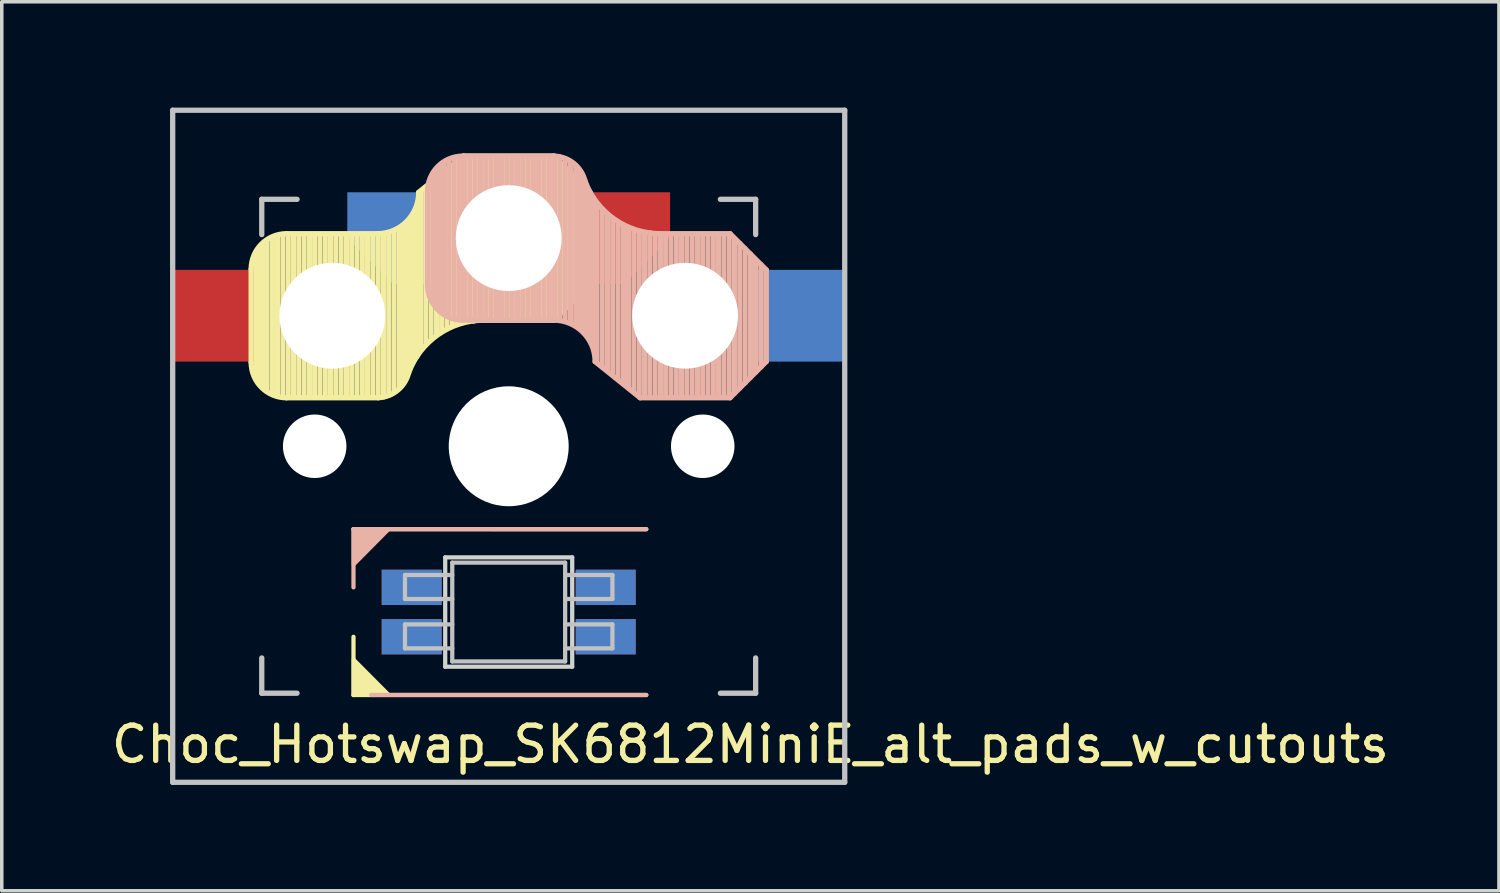
<source format=kicad_pcb>
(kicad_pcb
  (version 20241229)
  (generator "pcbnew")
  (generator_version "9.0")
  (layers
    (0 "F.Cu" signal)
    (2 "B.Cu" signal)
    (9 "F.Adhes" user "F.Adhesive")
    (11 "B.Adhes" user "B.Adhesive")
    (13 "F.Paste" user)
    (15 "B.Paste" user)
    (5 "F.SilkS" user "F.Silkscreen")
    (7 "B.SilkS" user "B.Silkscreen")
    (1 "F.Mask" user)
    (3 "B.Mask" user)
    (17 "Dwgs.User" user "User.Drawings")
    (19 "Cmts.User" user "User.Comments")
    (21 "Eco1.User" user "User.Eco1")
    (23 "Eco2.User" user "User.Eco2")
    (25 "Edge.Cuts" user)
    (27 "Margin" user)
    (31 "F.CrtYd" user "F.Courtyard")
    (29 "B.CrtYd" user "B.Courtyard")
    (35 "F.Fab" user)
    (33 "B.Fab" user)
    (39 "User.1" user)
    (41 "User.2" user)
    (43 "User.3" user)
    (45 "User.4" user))
  (footprint "Choc_Hotswap_SK6812MiniE_alt_pads_w_cutouts"
    (layer "F.Cu")
    (at 11.37 9.6)
    (property "Reference" "Choc_Hotswap_SK6812MiniE_alt_pads_w_cutouts" (at 6.85 8.45 180) (layer "F.SilkS") (effects (font (size 1 1) (thickness 0.15))))
    (attr smd)
    (fp_line (start -7.3 -5.025) (end -7.3 -2.375) (stroke (width 0.15) (type solid)) (layer "F.SilkS"))
    (fp_line (start -7.15 -1.95) (end -7.15 -5.5) (stroke (width 0.15) (type solid)) (layer "F.SilkS"))
    (fp_line (start -7.05 -1.8) (end -7.05 -5.55) (stroke (width 0.15) (type solid)) (layer "F.SilkS"))
    (fp_line (start -6.95 -1.7) (end -6.95 -5.65) (stroke (width 0.15) (type solid)) (layer "F.SilkS"))
    (fp_line (start -6.85 -1.6) (end -6.85 -5.8) (stroke (width 0.15) (type solid)) (layer "F.SilkS"))
    (fp_line (start -6.7 -1.5) (end -6.7 -5.9) (stroke (width 0.15) (type solid)) (layer "F.SilkS"))
    (fp_line (start -6.55 -1.45) (end -6.55 -5.95) (stroke (width 0.15) (type solid)) (layer "F.SilkS"))
    (fp_line (start -6.4 -1.4) (end -6.4 -5.95) (stroke (width 0.15) (type solid)) (layer "F.SilkS"))
    (fp_line (start -6.3 -6.025) (end -3.725 -6.025) (stroke (width 0.15) (type solid)) (layer "F.SilkS"))
    (fp_line (start -6.3 -1.375) (end -3.7 -1.375) (stroke (width 0.15) (type solid)) (layer "F.SilkS"))
    (fp_line (start -6.25 -1.4) (end -6.25 -6) (stroke (width 0.15) (type solid)) (layer "F.SilkS"))
    (fp_line (start -6.1 -1.4) (end -6.1 -6) (stroke (width 0.15) (type solid)) (layer "F.SilkS"))
    (fp_line (start -5.95 -1.4) (end -5.95 -6) (stroke (width 0.15) (type solid)) (layer "F.SilkS"))
    (fp_line (start -5.8 -1.4) (end -5.8 -6) (stroke (width 0.15) (type solid)) (layer "F.SilkS"))
    (fp_line (start -5.65 -1.4) (end -5.65 -6) (stroke (width 0.15) (type solid)) (layer "F.SilkS"))
    (fp_line (start -5.5 -1.4) (end -5.5 -6) (stroke (width 0.15) (type solid)) (layer "F.SilkS"))
    (fp_line (start -5.35 -1.4) (end -5.35 -6) (stroke (width 0.15) (type solid)) (layer "F.SilkS"))
    (fp_line (start -5.2 -1.4) (end -5.2 -6) (stroke (width 0.15) (type solid)) (layer "F.SilkS"))
    (fp_line (start -5.05 -1.4) (end -5.05 -6) (stroke (width 0.15) (type solid)) (layer "F.SilkS"))
    (fp_line (start -4.9 -1.4) (end -4.9 -6) (stroke (width 0.15) (type solid)) (layer "F.SilkS"))
    (fp_line (start -4.75 -1.4) (end -4.75 -6) (stroke (width 0.15) (type solid)) (layer "F.SilkS"))
    (fp_line (start -4.6 -1.4) (end -4.6 -6) (stroke (width 0.15) (type solid)) (layer "F.SilkS"))
    (fp_line (start -4.45 -1.4) (end -4.45 -6) (stroke (width 0.15) (type solid)) (layer "F.SilkS"))
    (fp_line (start -4.4 2.349) (end 3.9 2.352) (stroke (width 0.12) (type solid)) (layer "F.SilkS"))
    (fp_line (start -4.4 7.052) (end -4.4 5.401) (stroke (width 0.12) (type solid)) (layer "F.SilkS"))
    (fp_line (start -4.3 -1.4) (end -4.3 -6) (stroke (width 0.15) (type solid)) (layer "F.SilkS"))
    (fp_line (start -4.15 -1.4) (end -4.15 -6) (stroke (width 0.15) (type solid)) (layer "F.SilkS"))
    (fp_line (start -4 -1.4) (end -4 -6) (stroke (width 0.15) (type solid)) (layer "F.SilkS"))
    (fp_line (start -3.85 -1.4) (end -3.85 -5.95) (stroke (width 0.15) (type solid)) (layer "F.SilkS"))
    (fp_line (start -3.7 -1.4) (end -3.7 -6) (stroke (width 0.15) (type solid)) (layer "F.SilkS"))
    (fp_line (start -3.55 -1.4) (end -3.55 -6) (stroke (width 0.15) (type solid)) (layer "F.SilkS"))
    (fp_line (start -3.4 -1.45) (end -3.4 -6) (stroke (width 0.15) (type solid)) (layer "F.SilkS"))
    (fp_line (start -3.25 -1.55) (end -3.25 -6.1) (stroke (width 0.15) (type solid)) (layer "F.SilkS"))
    (fp_line (start -3.1 -1.65) (end -3.1 -6.15) (stroke (width 0.15) (type solid)) (layer "F.SilkS"))
    (fp_line (start -3 -1.8) (end -3 -6.2) (stroke (width 0.15) (type solid)) (layer "F.SilkS"))
    (fp_line (start -2.9 -2.05) (end -2.9 -6.25) (stroke (width 0.15) (type solid)) (layer "F.SilkS"))
    (fp_line (start -2.8 -2.2) (end -2.8 -6.35) (stroke (width 0.15) (type solid)) (layer "F.SilkS"))
    (fp_line (start -2.7 -2.4) (end -2.7 -6.55) (stroke (width 0.15) (type solid)) (layer "F.SilkS"))
    (fp_line (start -2.6 -2.55) (end -2.6 -6.7) (stroke (width 0.15) (type solid)) (layer "F.SilkS"))
    (fp_line (start -2.5 -2.75) (end -2.5 -7.2) (stroke (width 0.15) (type solid)) (layer "F.SilkS"))
    (fp_line (start -2.35 -2.9) (end -2.35 -7.35) (stroke (width 0.15) (type solid)) (layer "F.SilkS"))
    (fp_line (start -2.2 -3.05) (end -2.2 -7.45) (stroke (width 0.15) (type solid)) (layer "F.SilkS"))
    (fp_line (start -2.05 -3.15) (end -2.05 -7.55) (stroke (width 0.15) (type solid)) (layer "F.SilkS"))
    (fp_line (start -1.9 -3.25) (end -1.9 -7.7) (stroke (width 0.15) (type solid)) (layer "F.SilkS"))
    (fp_line (start -1.75 -3.35) (end -1.75 -7.8) (stroke (width 0.15) (type solid)) (layer "F.SilkS"))
    (fp_line (start -1.6 -3.4) (end -1.6 -7.95) (stroke (width 0.15) (type solid)) (layer "F.SilkS"))
    (fp_line (start -1.45 -3.5) (end -1.45 -8.05) (stroke (width 0.15) (type solid)) (layer "F.SilkS"))
    (fp_line (start -1.3 -3.55) (end -1.3 -8.15) (stroke (width 0.15) (type solid)) (layer "F.SilkS"))
    (fp_line (start -1.275 -8.225) (end -2.55 -7.2) (stroke (width 0.15) (type solid)) (layer "F.SilkS"))
    (fp_line (start -1.275 -8.225) (end 1.275 -8.225) (stroke (width 0.15) (type solid)) (layer "F.SilkS"))
    (fp_line (start -1.15 -3.55) (end -1.15 -8.2) (stroke (width 0.15) (type solid)) (layer "F.SilkS"))
    (fp_line (start -1 -3.55) (end -1 -8.2) (stroke (width 0.15) (type solid)) (layer "F.SilkS"))
    (fp_line (start -0.85 -3.6) (end -0.85 -8.15) (stroke (width 0.15) (type solid)) (layer "F.SilkS"))
    (fp_line (start -0.7 -3.6) (end -0.7 -8.2) (stroke (width 0.15) (type solid)) (layer "F.SilkS"))
    (fp_line (start -0.7 -3.575) (end 1.275 -3.575) (stroke (width 0.15) (type solid)) (layer "F.SilkS"))
    (fp_line (start -0.55 -3.6) (end -0.55 -8.2) (stroke (width 0.15) (type solid)) (layer "F.SilkS"))
    (fp_line (start -0.4 -3.6) (end -0.4 -8.2) (stroke (width 0.15) (type solid)) (layer "F.SilkS"))
    (fp_line (start -0.25 -3.6) (end -0.25 -8.2) (stroke (width 0.15) (type solid)) (layer "F.SilkS"))
    (fp_line (start -0.1 -3.6) (end -0.1 -8.2) (stroke (width 0.15) (type solid)) (layer "F.SilkS"))
    (fp_line (start 0.05 -3.6) (end 0.05 -8.2) (stroke (width 0.15) (type solid)) (layer "F.SilkS"))
    (fp_line (start 0.2 -3.6) (end 0.2 -8.2) (stroke (width 0.15) (type solid)) (layer "F.SilkS"))
    (fp_line (start 0.35 -3.6) (end 0.35 -8.2) (stroke (width 0.15) (type solid)) (layer "F.SilkS"))
    (fp_line (start 0.5 -3.6) (end 0.5 -8.2) (stroke (width 0.15) (type solid)) (layer "F.SilkS"))
    (fp_line (start 0.65 -3.6) (end 0.65 -8.2) (stroke (width 0.15) (type solid)) (layer "F.SilkS"))
    (fp_line (start 0.8 -3.6) (end 0.8 -8.2) (stroke (width 0.15) (type solid)) (layer "F.SilkS"))
    (fp_line (start 0.95 -3.6) (end 0.95 -8.2) (stroke (width 0.15) (type solid)) (layer "F.SilkS"))
    (fp_line (start 1.1 -3.6) (end 1.1 -8.2) (stroke (width 0.15) (type solid)) (layer "F.SilkS"))
    (fp_line (start 1.25 -3.6) (end 1.25 -8.2) (stroke (width 0.15) (type solid)) (layer "F.SilkS"))
    (fp_line (start 1.4 -3.75) (end 1.4 -8.1) (stroke (width 0.15) (type solid)) (layer "F.SilkS"))
    (fp_line (start 1.55 -3.85) (end 1.55 -7.95) (stroke (width 0.15) (type solid)) (layer "F.SilkS"))
    (fp_line (start 1.7 -4) (end 1.7 -7.8) (stroke (width 0.15) (type solid)) (layer "F.SilkS"))
    (fp_line (start 1.85 -4.15) (end 1.85 -7.65) (stroke (width 0.15) (type solid)) (layer "F.SilkS"))
    (fp_line (start 2 -4.35) (end 2 -7.5) (stroke (width 0.15) (type solid)) (layer "F.SilkS"))
    (fp_line (start 2.15 -4.45) (end 2.15 -7.35) (stroke (width 0.15) (type solid)) (layer "F.SilkS"))
    (fp_line (start 2.3 -7.2) (end 1.275 -8.225) (stroke (width 0.15) (type solid)) (layer "F.SilkS"))
    (fp_line (start 2.3 -7.2) (end 2.3 -4.6) (stroke (width 0.15) (type solid)) (layer "F.SilkS"))
    (fp_line (start 2.3 -4.6) (end 1.275 -3.575) (stroke (width 0.15) (type solid)) (layer "F.SilkS"))
    (fp_line (start 3.9 7.052) (end -4.4 7.052) (stroke (width 0.12) (type solid)) (layer "F.SilkS"))
    (fp_arc (start -7.3 -5.025) (mid -7.007107 -5.732107) (end -6.3 -6.025) (stroke (width 0.15) (type solid)) (layer "F.SilkS"))
    (fp_arc (start -6.3 -1.375) (mid -7.007107 -1.667893) (end -7.3 -2.375) (stroke (width 0.15) (type solid)) (layer "F.SilkS"))
    (fp_arc (start -2.837801 -2.078096) (mid -3.151716 -1.583979) (end -3.699005 -1.376209) (stroke (width 0.15) (type solid)) (layer "F.SilkS"))
    (fp_arc (start -2.837801 -2.078096) (mid -2.004887 -3.163571) (end -0.7 -3.575) (stroke (width 0.15) (type solid)) (layer "F.SilkS"))
    (fp_arc (start -2.55 -7.2) (mid -2.89415 -6.36915) (end -3.725 -6.025) (stroke (width 0.15) (type solid)) (layer "F.SilkS"))
    (fp_poly (pts (xy -3.392 7.049) (xy -4.4 7.052) (xy -4.4 6.036)) (stroke (width 0.1) (type solid)) (fill yes) (layer "F.SilkS"))
    (fp_line (start -4.4 2.349) (end -4.4 4) (stroke (width 0.12) (type solid)) (layer "B.SilkS"))
    (fp_line (start -3.9 7.049) (end 3.9 7.049) (stroke (width 0.12) (type solid)) (layer "B.SilkS"))
    (fp_line (start -2.3 -4.575) (end -2.3 -7.225) (stroke (width 0.15) (type solid)) (layer "B.SilkS"))
    (fp_line (start -2.15 -7.65) (end -2.15 -4.1) (stroke (width 0.15) (type solid)) (layer "B.SilkS"))
    (fp_line (start -2.05 -7.8) (end -2.05 -4.05) (stroke (width 0.15) (type solid)) (layer "B.SilkS"))
    (fp_line (start -1.95 -7.9) (end -1.95 -3.95) (stroke (width 0.15) (type solid)) (layer "B.SilkS"))
    (fp_line (start -1.85 -8) (end -1.85 -3.8) (stroke (width 0.15) (type solid)) (layer "B.SilkS"))
    (fp_line (start -1.7 -8.1) (end -1.7 -3.7) (stroke (width 0.15) (type solid)) (layer "B.SilkS"))
    (fp_line (start -1.55 -8.15) (end -1.55 -3.65) (stroke (width 0.15) (type solid)) (layer "B.SilkS"))
    (fp_line (start -1.4 -8.2) (end -1.4 -3.65) (stroke (width 0.15) (type solid)) (layer "B.SilkS"))
    (fp_line (start -1.3 -8.225) (end 1.3 -8.225) (stroke (width 0.15) (type solid)) (layer "B.SilkS"))
    (fp_line (start -1.3 -3.575) (end 1.275 -3.575) (stroke (width 0.15) (type solid)) (layer "B.SilkS"))
    (fp_line (start -1.25 -8.2) (end -1.25 -3.6) (stroke (width 0.15) (type solid)) (layer "B.SilkS"))
    (fp_line (start -1.1 -8.2) (end -1.1 -3.6) (stroke (width 0.15) (type solid)) (layer "B.SilkS"))
    (fp_line (start -0.95 -8.2) (end -0.95 -3.6) (stroke (width 0.15) (type solid)) (layer "B.SilkS"))
    (fp_line (start -0.8 -8.2) (end -0.8 -3.6) (stroke (width 0.15) (type solid)) (layer "B.SilkS"))
    (fp_line (start -0.65 -8.2) (end -0.65 -3.6) (stroke (width 0.15) (type solid)) (layer "B.SilkS"))
    (fp_line (start -0.5 -8.2) (end -0.5 -3.6) (stroke (width 0.15) (type solid)) (layer "B.SilkS"))
    (fp_line (start -0.35 -8.2) (end -0.35 -3.6) (stroke (width 0.15) (type solid)) (layer "B.SilkS"))
    (fp_line (start -0.2 -8.2) (end -0.2 -3.6) (stroke (width 0.15) (type solid)) (layer "B.SilkS"))
    (fp_line (start -0.05 -8.2) (end -0.05 -3.6) (stroke (width 0.15) (type solid)) (layer "B.SilkS"))
    (fp_line (start 0.1 -8.2) (end 0.1 -3.6) (stroke (width 0.15) (type solid)) (layer "B.SilkS"))
    (fp_line (start 0.25 -8.2) (end 0.25 -3.6) (stroke (width 0.15) (type solid)) (layer "B.SilkS"))
    (fp_line (start 0.4 -8.2) (end 0.4 -3.6) (stroke (width 0.15) (type solid)) (layer "B.SilkS"))
    (fp_line (start 0.55 -8.2) (end 0.55 -3.6) (stroke (width 0.15) (type solid)) (layer "B.SilkS"))
    (fp_line (start 0.7 -8.2) (end 0.7 -3.6) (stroke (width 0.15) (type solid)) (layer "B.SilkS"))
    (fp_line (start 0.85 -8.2) (end 0.85 -3.6) (stroke (width 0.15) (type solid)) (layer "B.SilkS"))
    (fp_line (start 1 -8.2) (end 1 -3.6) (stroke (width 0.15) (type solid)) (layer "B.SilkS"))
    (fp_line (start 1.15 -8.2) (end 1.15 -3.65) (stroke (width 0.15) (type solid)) (layer "B.SilkS"))
    (fp_line (start 1.3 -8.2) (end 1.3 -3.6) (stroke (width 0.15) (type solid)) (layer "B.SilkS"))
    (fp_line (start 1.45 -8.2) (end 1.45 -3.6) (stroke (width 0.15) (type solid)) (layer "B.SilkS"))
    (fp_line (start 1.6 -8.15) (end 1.6 -3.6) (stroke (width 0.15) (type solid)) (layer "B.SilkS"))
    (fp_line (start 1.75 -8.05) (end 1.75 -3.5) (stroke (width 0.15) (type solid)) (layer "B.SilkS"))
    (fp_line (start 1.9 -7.95) (end 1.9 -3.45) (stroke (width 0.15) (type solid)) (layer "B.SilkS"))
    (fp_line (start 2 -7.8) (end 2 -3.4) (stroke (width 0.15) (type solid)) (layer "B.SilkS"))
    (fp_line (start 2.1 -7.55) (end 2.1 -3.35) (stroke (width 0.15) (type solid)) (layer "B.SilkS"))
    (fp_line (start 2.2 -7.4) (end 2.2 -3.25) (stroke (width 0.15) (type solid)) (layer "B.SilkS"))
    (fp_line (start 2.3 -7.2) (end 2.3 -3.05) (stroke (width 0.15) (type solid)) (layer "B.SilkS"))
    (fp_line (start 2.4 -7.05) (end 2.4 -2.9) (stroke (width 0.15) (type solid)) (layer "B.SilkS"))
    (fp_line (start 2.5 -6.85) (end 2.5 -2.4) (stroke (width 0.15) (type solid)) (layer "B.SilkS"))
    (fp_line (start 2.65 -6.7) (end 2.65 -2.25) (stroke (width 0.15) (type solid)) (layer "B.SilkS"))
    (fp_line (start 2.8 -6.55) (end 2.8 -2.15) (stroke (width 0.15) (type solid)) (layer "B.SilkS"))
    (fp_line (start 2.95 -6.45) (end 2.95 -2.05) (stroke (width 0.15) (type solid)) (layer "B.SilkS"))
    (fp_line (start 3.1 -6.35) (end 3.1 -1.9) (stroke (width 0.15) (type solid)) (layer "B.SilkS"))
    (fp_line (start 3.25 -6.25) (end 3.25 -1.8) (stroke (width 0.15) (type solid)) (layer "B.SilkS"))
    (fp_line (start 3.4 -6.2) (end 3.4 -1.65) (stroke (width 0.15) (type solid)) (layer "B.SilkS"))
    (fp_line (start 3.55 -6.1) (end 3.55 -1.55) (stroke (width 0.15) (type solid)) (layer "B.SilkS"))
    (fp_line (start 3.7 -6.05) (end 3.7 -1.45) (stroke (width 0.15) (type solid)) (layer "B.SilkS"))
    (fp_line (start 3.725 -1.375) (end 2.45 -2.4) (stroke (width 0.15) (type solid)) (layer "B.SilkS"))
    (fp_line (start 3.725 -1.375) (end 6.275 -1.375) (stroke (width 0.15) (type solid)) (layer "B.SilkS"))
    (fp_line (start 3.85 -6.05) (end 3.85 -1.4) (stroke (width 0.15) (type solid)) (layer "B.SilkS"))
    (fp_line (start 3.9 2.349) (end -4.4 2.349) (stroke (width 0.12) (type solid)) (layer "B.SilkS"))
    (fp_line (start 4 -6.05) (end 4 -1.4) (stroke (width 0.15) (type solid)) (layer "B.SilkS"))
    (fp_line (start 4.15 -6) (end 4.15 -1.45) (stroke (width 0.15) (type solid)) (layer "B.SilkS"))
    (fp_line (start 4.3 -6.025) (end 6.275 -6.025) (stroke (width 0.15) (type solid)) (layer "B.SilkS"))
    (fp_line (start 4.3 -6) (end 4.3 -1.4) (stroke (width 0.15) (type solid)) (layer "B.SilkS"))
    (fp_line (start 4.45 -6) (end 4.45 -1.4) (stroke (width 0.15) (type solid)) (layer "B.SilkS"))
    (fp_line (start 4.6 -6) (end 4.6 -1.4) (stroke (width 0.15) (type solid)) (layer "B.SilkS"))
    (fp_line (start 4.75 -6) (end 4.75 -1.4) (stroke (width 0.15) (type solid)) (layer "B.SilkS"))
    (fp_line (start 4.9 -6) (end 4.9 -1.4) (stroke (width 0.15) (type solid)) (layer "B.SilkS"))
    (fp_line (start 5.05 -6) (end 5.05 -1.4) (stroke (width 0.15) (type solid)) (layer "B.SilkS"))
    (fp_line (start 5.2 -6) (end 5.2 -1.4) (stroke (width 0.15) (type solid)) (layer "B.SilkS"))
    (fp_line (start 5.35 -6) (end 5.35 -1.4) (stroke (width 0.15) (type solid)) (layer "B.SilkS"))
    (fp_line (start 5.5 -6) (end 5.5 -1.4) (stroke (width 0.15) (type solid)) (layer "B.SilkS"))
    (fp_line (start 5.65 -6) (end 5.65 -1.4) (stroke (width 0.15) (type solid)) (layer "B.SilkS"))
    (fp_line (start 5.8 -6) (end 5.8 -1.4) (stroke (width 0.15) (type solid)) (layer "B.SilkS"))
    (fp_line (start 5.95 -6) (end 5.95 -1.4) (stroke (width 0.15) (type solid)) (layer "B.SilkS"))
    (fp_line (start 6.1 -6) (end 6.1 -1.4) (stroke (width 0.15) (type solid)) (layer "B.SilkS"))
    (fp_line (start 6.25 -6) (end 6.25 -1.4) (stroke (width 0.15) (type solid)) (layer "B.SilkS"))
    (fp_line (start 6.4 -5.85) (end 6.4 -1.5) (stroke (width 0.15) (type solid)) (layer "B.SilkS"))
    (fp_line (start 6.55 -5.75) (end 6.55 -1.65) (stroke (width 0.15) (type solid)) (layer "B.SilkS"))
    (fp_line (start 6.7 -5.6) (end 6.7 -1.8) (stroke (width 0.15) (type solid)) (layer "B.SilkS"))
    (fp_line (start 6.85 -5.45) (end 6.85 -1.95) (stroke (width 0.15) (type solid)) (layer "B.SilkS"))
    (fp_line (start 7 -5.25) (end 7 -2.1) (stroke (width 0.15) (type solid)) (layer "B.SilkS"))
    (fp_line (start 7.15 -5.15) (end 7.15 -2.25) (stroke (width 0.15) (type solid)) (layer "B.SilkS"))
    (fp_line (start 7.3 -5) (end 6.275 -6.025) (stroke (width 0.15) (type solid)) (layer "B.SilkS"))
    (fp_line (start 7.3 -2.4) (end 6.275 -1.375) (stroke (width 0.15) (type solid)) (layer "B.SilkS"))
    (fp_line (start 7.3 -2.4) (end 7.3 -5) (stroke (width 0.15) (type solid)) (layer "B.SilkS"))
    (fp_arc (start -2.3 -7.225) (mid -2.007107 -7.932107) (end -1.3 -8.225) (stroke (width 0.15) (type solid)) (layer "B.SilkS"))
    (fp_arc (start -1.3 -3.575) (mid -2.007107 -3.867893) (end -2.3 -4.575) (stroke (width 0.15) (type solid)) (layer "B.SilkS"))
    (fp_arc (start 1.275 -3.575) (mid 2.10585 -3.23085) (end 2.45 -2.4) (stroke (width 0.15) (type solid)) (layer "B.SilkS"))
    (fp_arc (start 1.300995 -8.223791) (mid 1.848284 -8.016021) (end 2.162199 -7.521904) (stroke (width 0.15) (type solid)) (layer "B.SilkS"))
    (fp_arc (start 4.3 -6.025) (mid 2.995114 -6.436429) (end 2.162199 -7.521904) (stroke (width 0.15) (type solid)) (layer "B.SilkS"))
    (fp_poly (pts (xy -4.4 3.365) (xy -4.4 2.349) (xy -3.392 2.349)) (stroke (width 0.1) (type solid)) (fill yes) (layer "B.SilkS"))
    (fp_line (start -9.525 -9.525) (end 9.525 -9.525) (stroke (width 0.15) (type solid)) (layer "Dwgs.User"))
    (fp_line (start -9.525 9.525) (end -9.525 -9.525) (stroke (width 0.15) (type solid)) (layer "Dwgs.User"))
    (fp_line (start -7 -7) (end -7 -6) (stroke (width 0.15) (type solid)) (layer "Dwgs.User"))
    (fp_line (start -7 6) (end -7 7) (stroke (width 0.15) (type solid)) (layer "Dwgs.User"))
    (fp_line (start -7 7) (end -6 7) (stroke (width 0.15) (type solid)) (layer "Dwgs.User"))
    (fp_line (start -6 -7) (end -7 -7) (stroke (width 0.15) (type solid)) (layer "Dwgs.User"))
    (fp_line (start -2.94 3.649) (end -2.94 4.329) (stroke (width 0.12) (type solid)) (layer "Dwgs.User"))
    (fp_line (start -2.94 4.329) (end -1.6 4.329) (stroke (width 0.12) (type solid)) (layer "Dwgs.User"))
    (fp_line (start -2.94 5.049) (end -2.94 5.729) (stroke (width 0.12) (type solid)) (layer "Dwgs.User"))
    (fp_line (start -2.94 5.729) (end -1.6 5.729) (stroke (width 0.12) (type solid)) (layer "Dwgs.User"))
    (fp_line (start -1.6 3.299) (end -1.6 6.099) (stroke (width 0.12) (type solid)) (layer "Dwgs.User"))
    (fp_line (start -1.6 3.299) (end 1.6 3.299) (stroke (width 0.12) (type solid)) (layer "Dwgs.User"))
    (fp_line (start -1.6 3.649) (end -2.94 3.649) (stroke (width 0.12) (type solid)) (layer "Dwgs.User"))
    (fp_line (start -1.6 5.049) (end -2.94 5.049) (stroke (width 0.12) (type solid)) (layer "Dwgs.User"))
    (fp_line (start -1.6 6.099) (end 1.6 6.099) (stroke (width 0.12) (type solid)) (layer "Dwgs.User"))
    (fp_line (start 1.6 3.299) (end 1.6 6.099) (stroke (width 0.12) (type solid)) (layer "Dwgs.User"))
    (fp_line (start 1.6 4.329) (end 2.94 4.329) (stroke (width 0.12) (type solid)) (layer "Dwgs.User"))
    (fp_line (start 1.6 5.729) (end 2.94 5.729) (stroke (width 0.12) (type solid)) (layer "Dwgs.User"))
    (fp_line (start 2.94 3.649) (end 1.6 3.649) (stroke (width 0.12) (type solid)) (layer "Dwgs.User"))
    (fp_line (start 2.94 4.329) (end 2.94 3.649) (stroke (width 0.12) (type solid)) (layer "Dwgs.User"))
    (fp_line (start 2.94 5.049) (end 1.6 5.049) (stroke (width 0.12) (type solid)) (layer "Dwgs.User"))
    (fp_line (start 2.94 5.729) (end 2.94 5.049) (stroke (width 0.12) (type solid)) (layer "Dwgs.User"))
    (fp_line (start 6 -7) (end 7 -7) (stroke (width 0.15) (type solid)) (layer "Dwgs.User"))
    (fp_line (start 7 -7) (end 7 -6) (stroke (width 0.15) (type solid)) (layer "Dwgs.User"))
    (fp_line (start 7 6) (end 7 7) (stroke (width 0.15) (type solid)) (layer "Dwgs.User"))
    (fp_line (start 7 7) (end 6 7) (stroke (width 0.15) (type solid)) (layer "Dwgs.User"))
    (fp_line (start 9.525 -9.525) (end 9.525 9.525) (stroke (width 0.15) (type solid)) (layer "Dwgs.User"))
    (fp_line (start 9.525 9.525) (end -9.525 9.525) (stroke (width 0.15) (type solid)) (layer "Dwgs.User"))
    (fp_line (start -1.8 3.149) (end -1.8 6.249) (stroke (width 0.12) (type solid)) (layer "Edge.Cuts"))
    (fp_line (start -1.8 6.249) (end 1.8 6.249) (stroke (width 0.12) (type solid)) (layer "Edge.Cuts"))
    (fp_line (start 1.8 3.149) (end -1.8 3.149) (stroke (width 0.12) (type solid)) (layer "Edge.Cuts"))
    (fp_line (start 1.8 6.249) (end 1.8 3.149) (stroke (width 0.12) (type solid)) (layer "Edge.Cuts"))
    (fp_rect (start -6.9 -6.9) (end 6.9 6.9) (stroke (width 0.1) (type solid)) (fill no) (layer "User.3"))
    (fp_line (start -3.7 5.749) (end -3.7 3.649) (stroke (width 0.15) (type default)) (layer "User.5"))
    (fp_line (start -3.2 3.149) (end 3.2 3.149) (stroke (width 0.15) (type default)) (layer "User.5"))
    (fp_line (start 3.2 6.249) (end -3.2 6.249) (stroke (width 0.15) (type default)) (layer "User.5"))
    (fp_line (start 3.7 3.649) (end 3.7 5.749) (stroke (width 0.15) (type default)) (layer "User.5"))
    (fp_arc (start -3.7 3.649) (mid -3.553553 3.295447) (end -3.2 3.149) (stroke (width 0.15) (type default)) (layer "User.5"))
    (fp_arc (start -3.2 6.249) (mid -3.553553 6.102553) (end -3.7 5.749) (stroke (width 0.15) (type default)) (layer "User.5"))
    (fp_arc (start 3.2 3.149) (mid 3.553553 3.295447) (end 3.7 3.649) (stroke (width 0.15) (type default)) (layer "User.5"))
    (fp_arc (start 3.7 5.749) (mid 3.553553 6.102553) (end 3.2 6.249) (stroke (width 0.15) (type default)) (layer "User.5"))
    (fp_line (start -4.653 -7.264) (end -2.503 -8.464) (stroke (width 0.15) (type solid)) (layer "User.6"))
    (fp_line (start -4.653 -4.564) (end -4.653 -7.264) (stroke (width 0.15) (type solid)) (layer "User.6"))
    (fp_line (start -4.653 -4.564) (end -1.435 0.951) (stroke (width 0.15) (type solid)) (layer "User.6"))
    (fp_line (start 0.213 1.722) (end 5.662 0.929) (stroke (width 0.15) (type solid)) (layer "User.6"))
    (fp_line (start 2.797 -8.464) (end -2.503 -8.464) (stroke (width 0.15) (type solid)) (layer "User.6"))
    (fp_line (start 7.497 -6.464) (end 2.797 -8.464) (stroke (width 0.15) (type solid)) (layer "User.6"))
    (fp_line (start 9.597 -5.064) (end 7.497 -6.464) (stroke (width 0.15) (type solid)) (layer "User.6"))
    (fp_line (start 9.597 -5.064) (end 9.597 -2.364) (stroke (width 0.15) (type solid)) (layer "User.6"))
    (fp_line (start 9.597 -2.364) (end 6.12 0.73) (stroke (width 0.15) (type solid)) (layer "User.6"))
    (fp_arc (start 0.212533 1.722199) (mid -0.723311 1.575516) (end -1.435245 0.95064) (stroke (width 0.15) (type solid)) (layer "User.6"))
    (fp_arc (start 6.12 0.73) (mid 5.90512 0.861649) (end 5.662153 0.92852) (stroke (width 0.15) (type solid)) (layer "User.6"))
    (fp_line (start -9.597 -5.064) (end -9.597 -2.364) (stroke (width 0.15) (type solid)) (layer "User.7"))
    (fp_line (start -9.597 -5.064) (end -7.497 -6.464) (stroke (width 0.15) (type solid)) (layer "User.7"))
    (fp_line (start -9.597 -2.364) (end -6.12 0.73) (stroke (width 0.15) (type solid)) (layer "User.7"))
    (fp_line (start -7.497 -6.464) (end -2.797 -8.464) (stroke (width 0.15) (type solid)) (layer "User.7"))
    (fp_line (start -2.797 -8.464) (end 2.503 -8.464) (stroke (width 0.15) (type solid)) (layer "User.7"))
    (fp_line (start -0.213 1.722) (end -5.662 0.929) (stroke (width 0.15) (type solid)) (layer "User.7"))
    (fp_line (start 4.653 -7.264) (end 2.503 -8.464) (stroke (width 0.15) (type solid)) (layer "User.7"))
    (fp_line (start 4.653 -4.564) (end 1.435 0.951) (stroke (width 0.15) (type solid)) (layer "User.7"))
    (fp_line (start 4.653 -4.564) (end 4.653 -7.264) (stroke (width 0.15) (type solid)) (layer "User.7"))
    (fp_arc (start -5.662153 0.928636) (mid -5.90512 0.861765) (end -6.12 0.730116) (stroke (width 0.15) (type solid)) (layer "User.7"))
    (fp_arc (start 1.435245 0.950756) (mid 0.723311 1.575632) (end -0.212533 1.722315) (stroke (width 0.15) (type solid)) (layer "User.7"))
    (pad "" np_thru_hole circle (at -5.5 0 270) (size 1.8 1.8) (drill 1.8) (layers "*.Cu" "*.Mask"))
    (pad "" np_thru_hole circle (at -5 -3.7 90) (size 3 3) (drill 3) (layers "*.Cu" "*.Mask"))
    (pad "" np_thru_hole circle (at 0 -5.9 270) (size 3 3) (drill 3) (layers "*.Cu" "*.Mask"))
    (pad "" np_thru_hole circle (at 0 0 270) (size 3.4 3.4) (drill 3.4) (layers "*.Cu" "*.Mask"))
    (pad "" np_thru_hole circle (at 5 -3.7 270) (size 3 3) (drill 3) (layers "*.Cu" "*.Mask"))
    (pad "" np_thru_hole circle (at 5.5 0 270) (size 1.8 1.8) (drill 1.8) (layers "*.Cu" "*.Mask"))
    (pad "1" smd rect (at 2.75 3.999) (size 1.7 1) (layers "F.Cu" "F.Mask" "F.Paste"))
    (pad "1" smd rect (at 2.75 5.399) (size 1.7 1) (layers "B.Cu" "B.Mask" "B.Paste"))
    (pad "2" smd rect (at 2.75 3.999) (size 1.7 1) (layers "B.Cu" "B.Mask" "B.Paste"))
    (pad "2" smd rect (at 2.75 5.399) (size 1.7 1) (layers "F.Cu" "F.Mask" "F.Paste"))
    (pad "3" smd rect (at -2.75 3.999) (size 1.7 1) (layers "B.Cu" "B.Mask" "B.Paste"))
    (pad "3" smd rect (at -2.75 5.399) (size 1.7 1) (layers "F.Cu" "F.Mask" "F.Paste"))
    (pad "4" smd rect (at -2.75 3.999) (size 1.7 1) (layers "F.Cu" "F.Mask" "F.Paste"))
    (pad "4" smd rect (at -2.75 5.399) (size 1.7 1) (layers "B.Cu" "B.Mask" "B.Paste"))
    (pad "5" smd rect (at -8.275 -3.7) (size 2.6 2.6) (layers "F.Cu" "F.Mask" "F.Paste"))
    (pad "5" smd roundrect (at -3.275 -5.9) (size 2.6 2.6) (layers "B.Cu" "B.Mask" "B.Paste") (roundrect_rratio 0) (chamfer_ratio 0.5) (chamfer bottom_left))
    (pad "6" smd roundrect (at 3.275 -5.9) (size 2.6 2.6) (layers "F.Cu" "F.Mask" "F.Paste") (roundrect_rratio 0) (chamfer_ratio 0.5) (chamfer bottom_right))
    (pad "6" smd rect (at 8.275 -3.7) (size 2.6 2.6) (layers "B.Cu" "B.Mask" "B.Paste")))
  (gr_rect
    (start -3 -3)
    (end 39.44 22.2)
    (stroke (width 0.1) (type default))
    (fill no)
    (layer "Edge.Cuts")))
</source>
